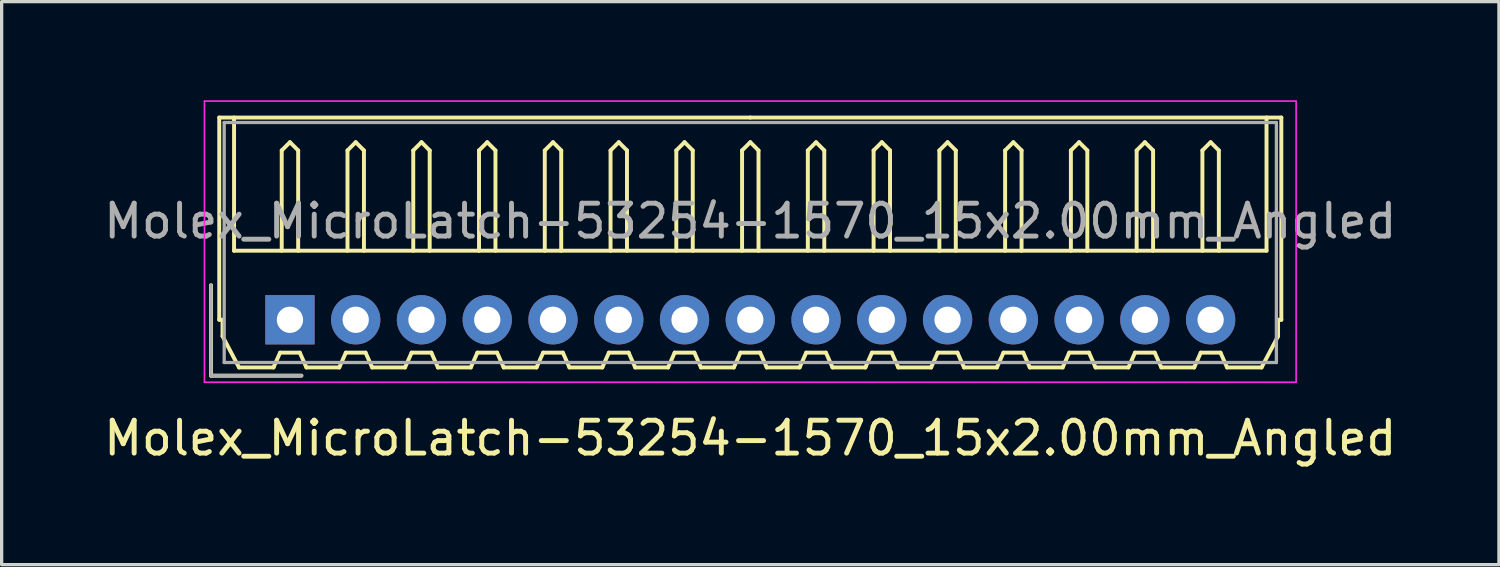
<source format=kicad_pcb>
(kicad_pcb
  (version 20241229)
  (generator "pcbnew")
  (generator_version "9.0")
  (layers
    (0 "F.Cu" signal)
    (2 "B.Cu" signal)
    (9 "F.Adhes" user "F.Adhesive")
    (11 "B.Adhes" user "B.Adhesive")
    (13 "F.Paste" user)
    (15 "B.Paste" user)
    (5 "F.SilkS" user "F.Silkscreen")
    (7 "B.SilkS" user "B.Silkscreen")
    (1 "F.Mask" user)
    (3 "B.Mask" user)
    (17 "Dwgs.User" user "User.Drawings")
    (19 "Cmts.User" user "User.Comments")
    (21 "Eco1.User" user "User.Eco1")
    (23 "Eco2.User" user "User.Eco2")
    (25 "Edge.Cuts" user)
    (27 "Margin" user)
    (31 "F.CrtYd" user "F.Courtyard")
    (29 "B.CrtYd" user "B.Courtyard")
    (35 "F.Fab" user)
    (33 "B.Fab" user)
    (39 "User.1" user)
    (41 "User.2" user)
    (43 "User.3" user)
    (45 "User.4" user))
  (footprint "Molex_MicroLatch-53254-1570_15x2.00mm_Angled"
    (layer "F.Cu")
    (at 5.768 6.675)
    (property "Reference" "Molex_MicroLatch-53254-1570_15x2.00mm_Angled" (at 14 3.6 0) (layer "F.SilkS") (effects (font (size 1 1) (thickness 0.15))))
    (attr through_hole)
    (fp_line (start -2.4 1.7) (end -2.4 -1.05) (stroke (width 0.12) (type solid)) (layer "F.SilkS"))
    (fp_line (start -2.15 -6.15) (end 14 -6.15) (stroke (width 0.12) (type solid)) (layer "F.SilkS"))
    (fp_line (start -2.15 0) (end -2.15 -6.15) (stroke (width 0.12) (type solid)) (layer "F.SilkS"))
    (fp_line (start -2.05 0) (end -2.15 0) (stroke (width 0.12) (type solid)) (layer "F.SilkS"))
    (fp_line (start -2.05 0.5) (end -2.05 0) (stroke (width 0.12) (type solid)) (layer "F.SilkS"))
    (fp_line (start -1.7 -6.15) (end -1.7 -2.1) (stroke (width 0.12) (type solid)) (layer "F.SilkS"))
    (fp_line (start -1.7 -2.1) (end 29.7 -2.1) (stroke (width 0.12) (type solid)) (layer "F.SilkS"))
    (fp_line (start -1.55 1.45) (end -2.05 0.5) (stroke (width 0.12) (type solid)) (layer "F.SilkS"))
    (fp_line (start -0.5 1.45) (end -1.55 1.45) (stroke (width 0.12) (type solid)) (layer "F.SilkS"))
    (fp_line (start -0.3 1) (end -0.5 1.45) (stroke (width 0.12) (type solid)) (layer "F.SilkS"))
    (fp_line (start -0.3 1) (end 0.3 1) (stroke (width 0.12) (type solid)) (layer "F.SilkS"))
    (fp_line (start -0.25 -5.15) (end 0 -5.4) (stroke (width 0.12) (type solid)) (layer "F.SilkS"))
    (fp_line (start -0.25 -2.1) (end -0.25 -5.15) (stroke (width 0.12) (type solid)) (layer "F.SilkS"))
    (fp_line (start 0 -5.4) (end 0.25 -5.15) (stroke (width 0.12) (type solid)) (layer "F.SilkS"))
    (fp_line (start 0.25 -5.15) (end 0.25 -2.1) (stroke (width 0.12) (type solid)) (layer "F.SilkS"))
    (fp_line (start 0.3 1) (end 0.5 1.45) (stroke (width 0.12) (type solid)) (layer "F.SilkS"))
    (fp_line (start 0.35 1.7) (end -2.4 1.7) (stroke (width 0.12) (type solid)) (layer "F.SilkS"))
    (fp_line (start 0.5 1.45) (end 1.5 1.45) (stroke (width 0.12) (type solid)) (layer "F.SilkS"))
    (fp_line (start 1.5 1.45) (end 1.7 1) (stroke (width 0.12) (type solid)) (layer "F.SilkS"))
    (fp_line (start 1.7 1) (end 2.3 1) (stroke (width 0.12) (type solid)) (layer "F.SilkS"))
    (fp_line (start 1.75 -5.15) (end 2 -5.4) (stroke (width 0.12) (type solid)) (layer "F.SilkS"))
    (fp_line (start 1.75 -2.1) (end 1.75 -5.15) (stroke (width 0.12) (type solid)) (layer "F.SilkS"))
    (fp_line (start 2 -5.4) (end 2.25 -5.15) (stroke (width 0.12) (type solid)) (layer "F.SilkS"))
    (fp_line (start 2.25 -5.15) (end 2.25 -2.1) (stroke (width 0.12) (type solid)) (layer "F.SilkS"))
    (fp_line (start 2.3 1) (end 2.5 1.45) (stroke (width 0.12) (type solid)) (layer "F.SilkS"))
    (fp_line (start 2.5 1.45) (end 3.5 1.45) (stroke (width 0.12) (type solid)) (layer "F.SilkS"))
    (fp_line (start 3.5 1.45) (end 3.7 1) (stroke (width 0.12) (type solid)) (layer "F.SilkS"))
    (fp_line (start 3.7 1) (end 4.3 1) (stroke (width 0.12) (type solid)) (layer "F.SilkS"))
    (fp_line (start 3.75 -5.15) (end 4 -5.4) (stroke (width 0.12) (type solid)) (layer "F.SilkS"))
    (fp_line (start 3.75 -2.1) (end 3.75 -5.15) (stroke (width 0.12) (type solid)) (layer "F.SilkS"))
    (fp_line (start 4 -5.4) (end 4.25 -5.15) (stroke (width 0.12) (type solid)) (layer "F.SilkS"))
    (fp_line (start 4.25 -5.15) (end 4.25 -2.1) (stroke (width 0.12) (type solid)) (layer "F.SilkS"))
    (fp_line (start 4.3 1) (end 4.5 1.45) (stroke (width 0.12) (type solid)) (layer "F.SilkS"))
    (fp_line (start 4.5 1.45) (end 5.5 1.45) (stroke (width 0.12) (type solid)) (layer "F.SilkS"))
    (fp_line (start 5.5 1.45) (end 5.7 1) (stroke (width 0.12) (type solid)) (layer "F.SilkS"))
    (fp_line (start 5.7 1) (end 6.3 1) (stroke (width 0.12) (type solid)) (layer "F.SilkS"))
    (fp_line (start 5.75 -5.15) (end 6 -5.4) (stroke (width 0.12) (type solid)) (layer "F.SilkS"))
    (fp_line (start 5.75 -2.1) (end 5.75 -5.15) (stroke (width 0.12) (type solid)) (layer "F.SilkS"))
    (fp_line (start 6 -5.4) (end 6.25 -5.15) (stroke (width 0.12) (type solid)) (layer "F.SilkS"))
    (fp_line (start 6.25 -5.15) (end 6.25 -2.1) (stroke (width 0.12) (type solid)) (layer "F.SilkS"))
    (fp_line (start 6.3 1) (end 6.5 1.45) (stroke (width 0.12) (type solid)) (layer "F.SilkS"))
    (fp_line (start 6.5 1.45) (end 7.5 1.45) (stroke (width 0.12) (type solid)) (layer "F.SilkS"))
    (fp_line (start 7.5 1.45) (end 7.7 1) (stroke (width 0.12) (type solid)) (layer "F.SilkS"))
    (fp_line (start 7.7 1) (end 8.3 1) (stroke (width 0.12) (type solid)) (layer "F.SilkS"))
    (fp_line (start 7.75 -5.15) (end 8 -5.4) (stroke (width 0.12) (type solid)) (layer "F.SilkS"))
    (fp_line (start 7.75 -2.1) (end 7.75 -5.15) (stroke (width 0.12) (type solid)) (layer "F.SilkS"))
    (fp_line (start 8 -5.4) (end 8.25 -5.15) (stroke (width 0.12) (type solid)) (layer "F.SilkS"))
    (fp_line (start 8.25 -5.15) (end 8.25 -2.1) (stroke (width 0.12) (type solid)) (layer "F.SilkS"))
    (fp_line (start 8.3 1) (end 8.5 1.45) (stroke (width 0.12) (type solid)) (layer "F.SilkS"))
    (fp_line (start 8.5 1.45) (end 9.5 1.45) (stroke (width 0.12) (type solid)) (layer "F.SilkS"))
    (fp_line (start 9.5 1.45) (end 9.7 1) (stroke (width 0.12) (type solid)) (layer "F.SilkS"))
    (fp_line (start 9.7 1) (end 10.3 1) (stroke (width 0.12) (type solid)) (layer "F.SilkS"))
    (fp_line (start 9.75 -5.15) (end 10 -5.4) (stroke (width 0.12) (type solid)) (layer "F.SilkS"))
    (fp_line (start 9.75 -2.1) (end 9.75 -5.15) (stroke (width 0.12) (type solid)) (layer "F.SilkS"))
    (fp_line (start 10 -5.4) (end 10.25 -5.15) (stroke (width 0.12) (type solid)) (layer "F.SilkS"))
    (fp_line (start 10.25 -5.15) (end 10.25 -2.1) (stroke (width 0.12) (type solid)) (layer "F.SilkS"))
    (fp_line (start 10.3 1) (end 10.5 1.45) (stroke (width 0.12) (type solid)) (layer "F.SilkS"))
    (fp_line (start 10.5 1.45) (end 11.5 1.45) (stroke (width 0.12) (type solid)) (layer "F.SilkS"))
    (fp_line (start 11.5 1.45) (end 11.7 1) (stroke (width 0.12) (type solid)) (layer "F.SilkS"))
    (fp_line (start 11.7 1) (end 12.3 1) (stroke (width 0.12) (type solid)) (layer "F.SilkS"))
    (fp_line (start 11.75 -5.15) (end 12 -5.4) (stroke (width 0.12) (type solid)) (layer "F.SilkS"))
    (fp_line (start 11.75 -2.1) (end 11.75 -5.15) (stroke (width 0.12) (type solid)) (layer "F.SilkS"))
    (fp_line (start 12 -5.4) (end 12.25 -5.15) (stroke (width 0.12) (type solid)) (layer "F.SilkS"))
    (fp_line (start 12.25 -5.15) (end 12.25 -2.1) (stroke (width 0.12) (type solid)) (layer "F.SilkS"))
    (fp_line (start 12.3 1) (end 12.5 1.45) (stroke (width 0.12) (type solid)) (layer "F.SilkS"))
    (fp_line (start 12.5 1.45) (end 13.5 1.45) (stroke (width 0.12) (type solid)) (layer "F.SilkS"))
    (fp_line (start 13.5 1.45) (end 13.7 1) (stroke (width 0.12) (type solid)) (layer "F.SilkS"))
    (fp_line (start 13.7 1) (end 14.3 1) (stroke (width 0.12) (type solid)) (layer "F.SilkS"))
    (fp_line (start 13.75 -5.15) (end 14 -5.4) (stroke (width 0.12) (type solid)) (layer "F.SilkS"))
    (fp_line (start 13.75 -2.1) (end 13.75 -5.15) (stroke (width 0.12) (type solid)) (layer "F.SilkS"))
    (fp_line (start 14 -5.4) (end 14.25 -5.15) (stroke (width 0.12) (type solid)) (layer "F.SilkS"))
    (fp_line (start 14.25 -5.15) (end 14.25 -2.1) (stroke (width 0.12) (type solid)) (layer "F.SilkS"))
    (fp_line (start 14.3 1) (end 14.5 1.45) (stroke (width 0.12) (type solid)) (layer "F.SilkS"))
    (fp_line (start 14.5 1.45) (end 15.5 1.45) (stroke (width 0.12) (type solid)) (layer "F.SilkS"))
    (fp_line (start 15.5 1.45) (end 15.7 1) (stroke (width 0.12) (type solid)) (layer "F.SilkS"))
    (fp_line (start 15.7 1) (end 16.3 1) (stroke (width 0.12) (type solid)) (layer "F.SilkS"))
    (fp_line (start 15.75 -5.15) (end 16 -5.4) (stroke (width 0.12) (type solid)) (layer "F.SilkS"))
    (fp_line (start 15.75 -2.1) (end 15.75 -5.15) (stroke (width 0.12) (type solid)) (layer "F.SilkS"))
    (fp_line (start 16 -5.4) (end 16.25 -5.15) (stroke (width 0.12) (type solid)) (layer "F.SilkS"))
    (fp_line (start 16.25 -5.15) (end 16.25 -2.1) (stroke (width 0.12) (type solid)) (layer "F.SilkS"))
    (fp_line (start 16.3 1) (end 16.5 1.45) (stroke (width 0.12) (type solid)) (layer "F.SilkS"))
    (fp_line (start 16.5 1.45) (end 17.5 1.45) (stroke (width 0.12) (type solid)) (layer "F.SilkS"))
    (fp_line (start 17.5 1.45) (end 17.7 1) (stroke (width 0.12) (type solid)) (layer "F.SilkS"))
    (fp_line (start 17.7 1) (end 18.3 1) (stroke (width 0.12) (type solid)) (layer "F.SilkS"))
    (fp_line (start 17.75 -5.15) (end 18 -5.4) (stroke (width 0.12) (type solid)) (layer "F.SilkS"))
    (fp_line (start 17.75 -2.1) (end 17.75 -5.15) (stroke (width 0.12) (type solid)) (layer "F.SilkS"))
    (fp_line (start 18 -5.4) (end 18.25 -5.15) (stroke (width 0.12) (type solid)) (layer "F.SilkS"))
    (fp_line (start 18.25 -5.15) (end 18.25 -2.1) (stroke (width 0.12) (type solid)) (layer "F.SilkS"))
    (fp_line (start 18.3 1) (end 18.5 1.45) (stroke (width 0.12) (type solid)) (layer "F.SilkS"))
    (fp_line (start 18.5 1.45) (end 19.5 1.45) (stroke (width 0.12) (type solid)) (layer "F.SilkS"))
    (fp_line (start 19.5 1.45) (end 19.7 1) (stroke (width 0.12) (type solid)) (layer "F.SilkS"))
    (fp_line (start 19.7 1) (end 20.3 1) (stroke (width 0.12) (type solid)) (layer "F.SilkS"))
    (fp_line (start 19.75 -5.15) (end 20 -5.4) (stroke (width 0.12) (type solid)) (layer "F.SilkS"))
    (fp_line (start 19.75 -2.1) (end 19.75 -5.15) (stroke (width 0.12) (type solid)) (layer "F.SilkS"))
    (fp_line (start 20 -5.4) (end 20.25 -5.15) (stroke (width 0.12) (type solid)) (layer "F.SilkS"))
    (fp_line (start 20.25 -5.15) (end 20.25 -2.1) (stroke (width 0.12) (type solid)) (layer "F.SilkS"))
    (fp_line (start 20.3 1) (end 20.5 1.45) (stroke (width 0.12) (type solid)) (layer "F.SilkS"))
    (fp_line (start 20.5 1.45) (end 21.5 1.45) (stroke (width 0.12) (type solid)) (layer "F.SilkS"))
    (fp_line (start 21.5 1.45) (end 21.7 1) (stroke (width 0.12) (type solid)) (layer "F.SilkS"))
    (fp_line (start 21.7 1) (end 22.3 1) (stroke (width 0.12) (type solid)) (layer "F.SilkS"))
    (fp_line (start 21.75 -5.15) (end 22 -5.4) (stroke (width 0.12) (type solid)) (layer "F.SilkS"))
    (fp_line (start 21.75 -2.1) (end 21.75 -5.15) (stroke (width 0.12) (type solid)) (layer "F.SilkS"))
    (fp_line (start 22 -5.4) (end 22.25 -5.15) (stroke (width 0.12) (type solid)) (layer "F.SilkS"))
    (fp_line (start 22.25 -5.15) (end 22.25 -2.1) (stroke (width 0.12) (type solid)) (layer "F.SilkS"))
    (fp_line (start 22.3 1) (end 22.5 1.45) (stroke (width 0.12) (type solid)) (layer "F.SilkS"))
    (fp_line (start 22.5 1.45) (end 23.5 1.45) (stroke (width 0.12) (type solid)) (layer "F.SilkS"))
    (fp_line (start 23.5 1.45) (end 23.7 1) (stroke (width 0.12) (type solid)) (layer "F.SilkS"))
    (fp_line (start 23.7 1) (end 24.3 1) (stroke (width 0.12) (type solid)) (layer "F.SilkS"))
    (fp_line (start 23.75 -5.15) (end 24 -5.4) (stroke (width 0.12) (type solid)) (layer "F.SilkS"))
    (fp_line (start 23.75 -2.1) (end 23.75 -5.15) (stroke (width 0.12) (type solid)) (layer "F.SilkS"))
    (fp_line (start 24 -5.4) (end 24.25 -5.15) (stroke (width 0.12) (type solid)) (layer "F.SilkS"))
    (fp_line (start 24.25 -5.15) (end 24.25 -2.1) (stroke (width 0.12) (type solid)) (layer "F.SilkS"))
    (fp_line (start 24.3 1) (end 24.5 1.45) (stroke (width 0.12) (type solid)) (layer "F.SilkS"))
    (fp_line (start 24.5 1.45) (end 25.5 1.45) (stroke (width 0.12) (type solid)) (layer "F.SilkS"))
    (fp_line (start 25.5 1.45) (end 25.7 1) (stroke (width 0.12) (type solid)) (layer "F.SilkS"))
    (fp_line (start 25.7 1) (end 26.3 1) (stroke (width 0.12) (type solid)) (layer "F.SilkS"))
    (fp_line (start 25.75 -5.15) (end 26 -5.4) (stroke (width 0.12) (type solid)) (layer "F.SilkS"))
    (fp_line (start 25.75 -2.1) (end 25.75 -5.15) (stroke (width 0.12) (type solid)) (layer "F.SilkS"))
    (fp_line (start 26 -5.4) (end 26.25 -5.15) (stroke (width 0.12) (type solid)) (layer "F.SilkS"))
    (fp_line (start 26.25 -5.15) (end 26.25 -2.1) (stroke (width 0.12) (type solid)) (layer "F.SilkS"))
    (fp_line (start 26.3 1) (end 26.5 1.45) (stroke (width 0.12) (type solid)) (layer "F.SilkS"))
    (fp_line (start 26.5 1.45) (end 27.5 1.45) (stroke (width 0.12) (type solid)) (layer "F.SilkS"))
    (fp_line (start 27.5 1.45) (end 27.7 1) (stroke (width 0.12) (type solid)) (layer "F.SilkS"))
    (fp_line (start 27.7 1) (end 28.3 1) (stroke (width 0.12) (type solid)) (layer "F.SilkS"))
    (fp_line (start 27.75 -5.15) (end 28 -5.4) (stroke (width 0.12) (type solid)) (layer "F.SilkS"))
    (fp_line (start 27.75 -2.1) (end 27.75 -5.15) (stroke (width 0.12) (type solid)) (layer "F.SilkS"))
    (fp_line (start 28 -5.4) (end 28.25 -5.15) (stroke (width 0.12) (type solid)) (layer "F.SilkS"))
    (fp_line (start 28.25 -5.15) (end 28.25 -2.1) (stroke (width 0.12) (type solid)) (layer "F.SilkS"))
    (fp_line (start 28.3 1) (end 28.5 1.45) (stroke (width 0.12) (type solid)) (layer "F.SilkS"))
    (fp_line (start 28.5 1.45) (end 29.55 1.45) (stroke (width 0.12) (type solid)) (layer "F.SilkS"))
    (fp_line (start 29.55 1.45) (end 30.05 0.5) (stroke (width 0.12) (type solid)) (layer "F.SilkS"))
    (fp_line (start 29.7 -2.1) (end 29.7 -6.15) (stroke (width 0.12) (type solid)) (layer "F.SilkS"))
    (fp_line (start 30.05 0) (end 30.15 0) (stroke (width 0.12) (type solid)) (layer "F.SilkS"))
    (fp_line (start 30.05 0.5) (end 30.05 0) (stroke (width 0.12) (type solid)) (layer "F.SilkS"))
    (fp_line (start 30.15 -6.15) (end 14 -6.15) (stroke (width 0.12) (type solid)) (layer "F.SilkS"))
    (fp_line (start 30.15 0) (end 30.15 -6.15) (stroke (width 0.12) (type solid)) (layer "F.SilkS"))
    (fp_line (start -2.6 -6.65) (end -2.6 1.9) (stroke (width 0.05) (type solid)) (layer "F.CrtYd"))
    (fp_line (start -2.6 1.9) (end 30.6 1.9) (stroke (width 0.05) (type solid)) (layer "F.CrtYd"))
    (fp_line (start 30.6 -6.65) (end -2.6 -6.65) (stroke (width 0.05) (type solid)) (layer "F.CrtYd"))
    (fp_line (start 30.6 1.9) (end 30.6 -6.65) (stroke (width 0.05) (type solid)) (layer "F.CrtYd"))
    (fp_line (start -2.4 1.7) (end -2.4 -1.05) (stroke (width 0.1) (type solid)) (layer "F.Fab"))
    (fp_line (start -2 -6) (end -2 1.3) (stroke (width 0.1) (type solid)) (layer "F.Fab"))
    (fp_line (start -2 1.3) (end 30 1.3) (stroke (width 0.1) (type solid)) (layer "F.Fab"))
    (fp_line (start 0.35 1.7) (end -2.4 1.7) (stroke (width 0.1) (type solid)) (layer "F.Fab"))
    (fp_line (start 30 -6) (end -2 -6) (stroke (width 0.1) (type solid)) (layer "F.Fab"))
    (fp_line (start 30 1.3) (end 30 -6) (stroke (width 0.1) (type solid)) (layer "F.Fab"))
    (fp_text user "${REFERENCE}" (at 14 -3 0) (layer "F.Fab") (effects (font (size 1 1) (thickness 0.15))))
    (pad "1" thru_hole rect (at 0 0) (size 1.5 1.5) (drill 0.8) (layers "*.Cu" "*.Mask"))
    (pad "2" thru_hole circle (at 2 0) (size 1.5 1.5) (drill 0.8) (layers "*.Cu" "*.Mask"))
    (pad "3" thru_hole circle (at 4 0) (size 1.5 1.5) (drill 0.8) (layers "*.Cu" "*.Mask"))
    (pad "4" thru_hole circle (at 6 0) (size 1.5 1.5) (drill 0.8) (layers "*.Cu" "*.Mask"))
    (pad "5" thru_hole circle (at 8 0) (size 1.5 1.5) (drill 0.8) (layers "*.Cu" "*.Mask"))
    (pad "6" thru_hole circle (at 10 0) (size 1.5 1.5) (drill 0.8) (layers "*.Cu" "*.Mask"))
    (pad "7" thru_hole circle (at 12 0) (size 1.5 1.5) (drill 0.8) (layers "*.Cu" "*.Mask"))
    (pad "8" thru_hole circle (at 14 0) (size 1.5 1.5) (drill 0.8) (layers "*.Cu" "*.Mask"))
    (pad "9" thru_hole circle (at 16 0) (size 1.5 1.5) (drill 0.8) (layers "*.Cu" "*.Mask"))
    (pad "10" thru_hole circle (at 18 0) (size 1.5 1.5) (drill 0.8) (layers "*.Cu" "*.Mask"))
    (pad "11" thru_hole circle (at 20 0) (size 1.5 1.5) (drill 0.8) (layers "*.Cu" "*.Mask"))
    (pad "12" thru_hole circle (at 22 0) (size 1.5 1.5) (drill 0.8) (layers "*.Cu" "*.Mask"))
    (pad "13" thru_hole circle (at 24 0) (size 1.5 1.5) (drill 0.8) (layers "*.Cu" "*.Mask"))
    (pad "14" thru_hole circle (at 26 0) (size 1.5 1.5) (drill 0.8) (layers "*.Cu" "*.Mask"))
    (pad "15" thru_hole circle (at 28 0) (size 1.5 1.5) (drill 0.8) (layers "*.Cu" "*.Mask")))
  (gr_rect
    (start -3 -3)
    (end 42.536 14.123)
    (stroke (width 0.1) (type default))
    (fill no)
    (layer "Edge.Cuts")))
</source>
